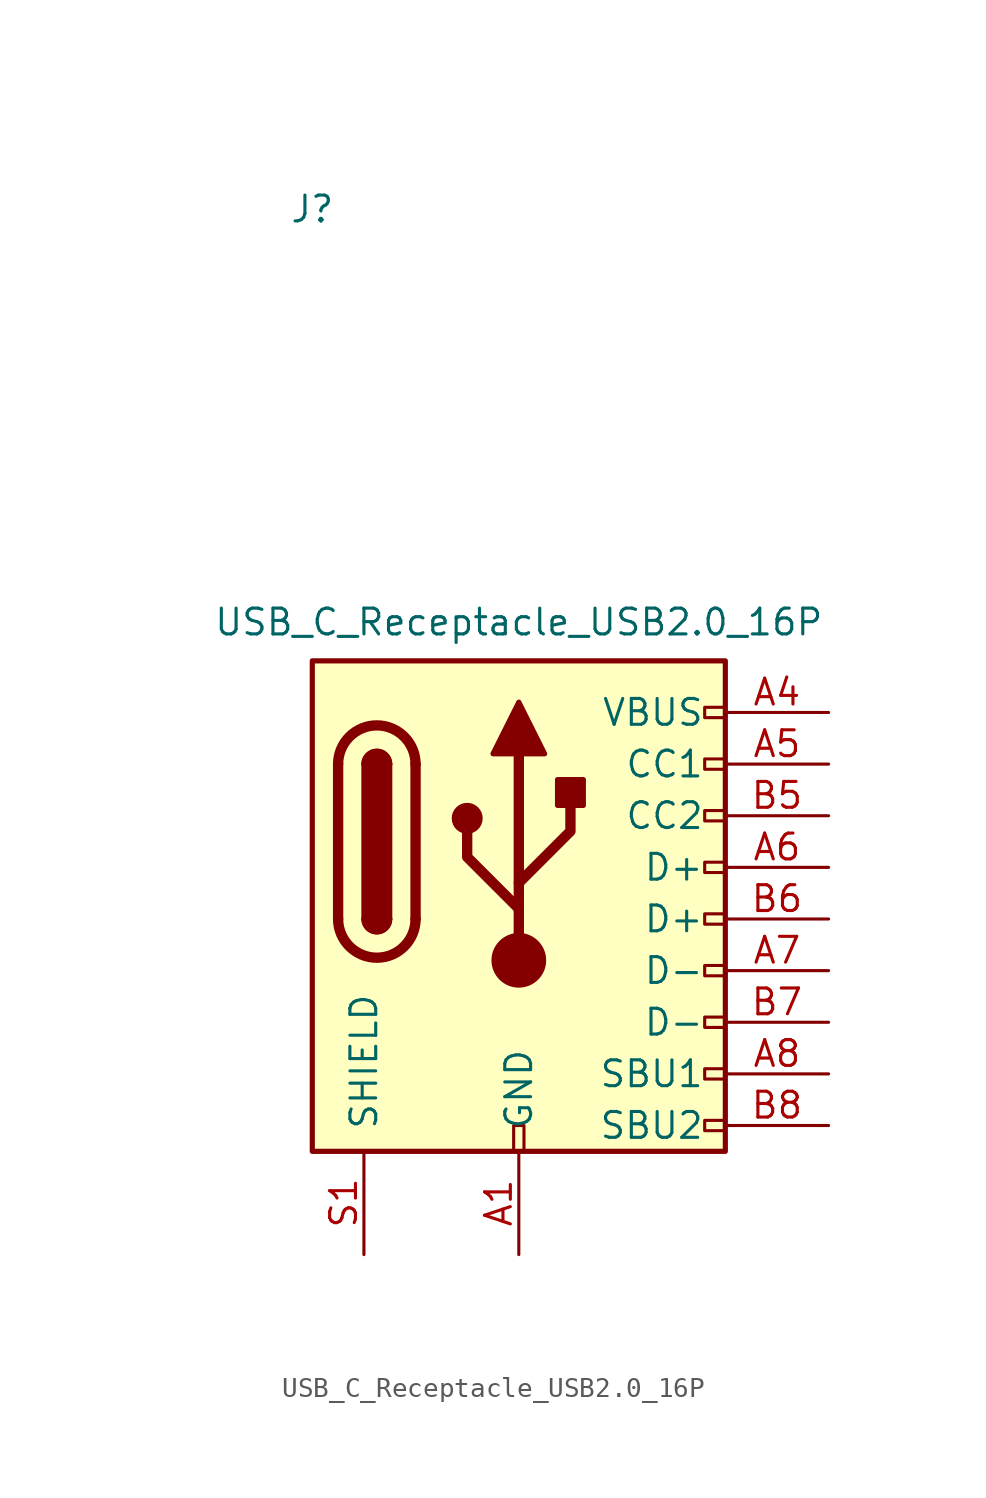
<source format=kicad_sym>
(kicad_symbol_lib
  (version 20241209)
  (generator "kicad_symbol_editor")
  (generator_version "9.0")
  (symbol "USB_C_Receptacle_USB2.0_16P"
    (pin_names
      (offset 1.016))
    (property "Reference" "J"
      (at 0 22.225 0)
      (effects (font (size 1.27 1.27))))
    (property "Value" "USB_C_Receptacle_USB2.0_16P"
      (at 10.16 1.905 0)
      (effects (font (size 1.27 1.27))))
    (symbol "USB_C_Receptacle_USB2.0_16P_0_0"
      (rectangle (start 9.906 -22.86) (end 10.414 -24.13) (stroke (width 0) (type default)) (fill (type none)))
      (rectangle (start 20.32 -2.286) (end 19.304 -2.794) (stroke (width 0) (type default)) (fill (type none)))
      (rectangle (start 20.32 -4.826) (end 19.304 -5.334) (stroke (width 0) (type default)) (fill (type none)))
      (rectangle (start 20.32 -7.366) (end 19.304 -7.874) (stroke (width 0) (type default)) (fill (type none)))
      (rectangle (start 20.32 -9.906) (end 19.304 -10.414) (stroke (width 0) (type default)) (fill (type none)))
      (rectangle (start 20.32 -12.446) (end 19.304 -12.954) (stroke (width 0) (type default)) (fill (type none)))
      (rectangle (start 20.32 -14.986) (end 19.304 -15.494) (stroke (width 0) (type default)) (fill (type none)))
      (rectangle (start 20.32 -17.526) (end 19.304 -18.034) (stroke (width 0) (type default)) (fill (type none)))
      (rectangle (start 20.32 -20.066) (end 19.304 -20.574) (stroke (width 0) (type default)) (fill (type none)))
      (rectangle (start 20.32 -22.606) (end 19.304 -23.114) (stroke (width 0) (type default)) (fill (type none))))
    (symbol "USB_C_Receptacle_USB2.0_16P_0_1"
      (rectangle (start 0 0) (end 20.32 -24.13) (stroke (width 0.254) (type default)) (fill (type background)))
      (polyline (pts (xy 1.27 -12.7) (xy 1.27 -5.08)) (stroke (width 0.508) (type default)) (fill (type none)))
      (rectangle (start 2.54 -12.7) (end 3.81 -5.08) (stroke (width 0.254) (type default)) (fill (type outline)))
      (arc (start 2.54 -5.08) (mid 3.175 -4.4477) (end 3.81 -5.08) (stroke (width 0.254) (type default)) (fill (type none)))
      (arc (start 2.54 -5.08) (mid 3.175 -4.4477) (end 3.81 -5.08) (stroke (width 0.254) (type default)) (fill (type outline)))
      (arc (start 1.27 -5.08) (mid 3.175 -3.1833) (end 5.08 -5.08) (stroke (width 0.508) (type default)) (fill (type none)))
      (arc (start 5.08 -12.7) (mid 3.175 -14.5967) (end 1.27 -12.7) (stroke (width 0.508) (type default)) (fill (type none)))
      (arc (start 3.81 -12.7) (mid 3.175 -13.3323) (end 2.54 -12.7) (stroke (width 0.254) (type default)) (fill (type none)))
      (arc (start 3.81 -12.7) (mid 3.175 -13.3323) (end 2.54 -12.7) (stroke (width 0.254) (type default)) (fill (type outline)))
      (polyline (pts (xy 5.08 -5.08) (xy 5.08 -12.7)) (stroke (width 0.508) (type default)) (fill (type none)))
      (circle (center 7.62 -7.747) (radius 0.635) (stroke (width 0.254) (type default)) (fill (type outline)))
      (polyline (pts (xy 8.89 -4.572) (xy 10.16 -2.032) (xy 11.43 -4.572) (xy 8.89 -4.572)) (stroke (width 0.254) (type default)) (fill (type outline)))
      (polyline (pts (xy 10.16 -10.922) (xy 12.7 -8.382) (xy 12.7 -7.112)) (stroke (width 0.508) (type default)) (fill (type none)))
      (polyline (pts (xy 10.16 -12.192) (xy 7.62 -9.652) (xy 7.62 -8.382)) (stroke (width 0.508) (type default)) (fill (type none)))
      (polyline (pts (xy 10.16 -14.732) (xy 10.16 -4.572)) (stroke (width 0.508) (type default)) (fill (type none)))
      (circle (center 10.16 -14.732) (radius 1.27) (stroke (width 0) (type default)) (fill (type outline)))
      (rectangle (start 12.065 -7.112) (end 13.335 -5.842) (stroke (width 0.254) (type default)) (fill (type outline))))
    (symbol "USB_C_Receptacle_USB2.0_16P_1_1"
      (pin passive line (at -7.62 -27.94 90) (length 5.08) (hide yes) (name "GND" (effects (font (size 1.27 1.27)))) (number "B12" (effects (font (size 1.27 1.27)))))
      (pin passive line (at -5.08 -27.94 90) (length 5.08) (hide yes) (name "GND" (effects (font (size 1.27 1.27)))) (number "A12" (effects (font (size 1.27 1.27)))))
      (pin passive line (at -2.54 -27.94 90) (length 5.08) (hide yes) (name "GND" (effects (font (size 1.27 1.27)))) (number "B1" (effects (font (size 1.27 1.27)))))
      (pin passive line (at 2.54 -29.21 90) (length 5.08) (name "SHIELD" (effects (font (size 1.27 1.27)))) (number "S1" (effects (font (size 1.27 1.27)))))
      (pin passive line (at 10.16 -29.21 90) (length 5.08) (name "GND" (effects (font (size 1.27 1.27)))) (number "A1" (effects (font (size 1.27 1.27)))))
      (pin passive line (at 25.4 -2.54 180) (length 5.08) (name "VBUS" (effects (font (size 1.27 1.27)))) (number "A4" (effects (font (size 1.27 1.27)))))
      (pin passive line (at 25.4 -2.54 180) (length 5.08) (hide yes) (name "VBUS" (effects (font (size 1.27 1.27)))) (number "A9" (effects (font (size 1.27 1.27)))))
      (pin passive line (at 25.4 -2.54 180) (length 5.08) (hide yes) (name "VBUS" (effects (font (size 1.27 1.27)))) (number "B4" (effects (font (size 1.27 1.27)))))
      (pin passive line (at 25.4 -2.54 180) (length 5.08) (hide yes) (name "VBUS" (effects (font (size 1.27 1.27)))) (number "B9" (effects (font (size 1.27 1.27)))))
      (pin bidirectional line (at 25.4 -5.08 180) (length 5.08) (name "CC1" (effects (font (size 1.27 1.27)))) (number "A5" (effects (font (size 1.27 1.27)))))
      (pin bidirectional line (at 25.4 -7.62 180) (length 5.08) (name "CC2" (effects (font (size 1.27 1.27)))) (number "B5" (effects (font (size 1.27 1.27)))))
      (pin bidirectional line (at 25.4 -10.16 180) (length 5.08) (name "D+" (effects (font (size 1.27 1.27)))) (number "A6" (effects (font (size 1.27 1.27)))))
      (pin bidirectional line (at 25.4 -12.7 180) (length 5.08) (name "D+" (effects (font (size 1.27 1.27)))) (number "B6" (effects (font (size 1.27 1.27)))))
      (pin bidirectional line (at 25.4 -15.24 180) (length 5.08) (name "D-" (effects (font (size 1.27 1.27)))) (number "A7" (effects (font (size 1.27 1.27)))))
      (pin bidirectional line (at 25.4 -17.78 180) (length 5.08) (name "D-" (effects (font (size 1.27 1.27)))) (number "B7" (effects (font (size 1.27 1.27)))))
      (pin bidirectional line (at 25.4 -20.32 180) (length 5.08) (name "SBU1" (effects (font (size 1.27 1.27)))) (number "A8" (effects (font (size 1.27 1.27)))))
      (pin bidirectional line (at 25.4 -22.86 180) (length 5.08) (name "SBU2" (effects (font (size 1.27 1.27)))) (number "B8" (effects (font (size 1.27 1.27))))))))
</source>
